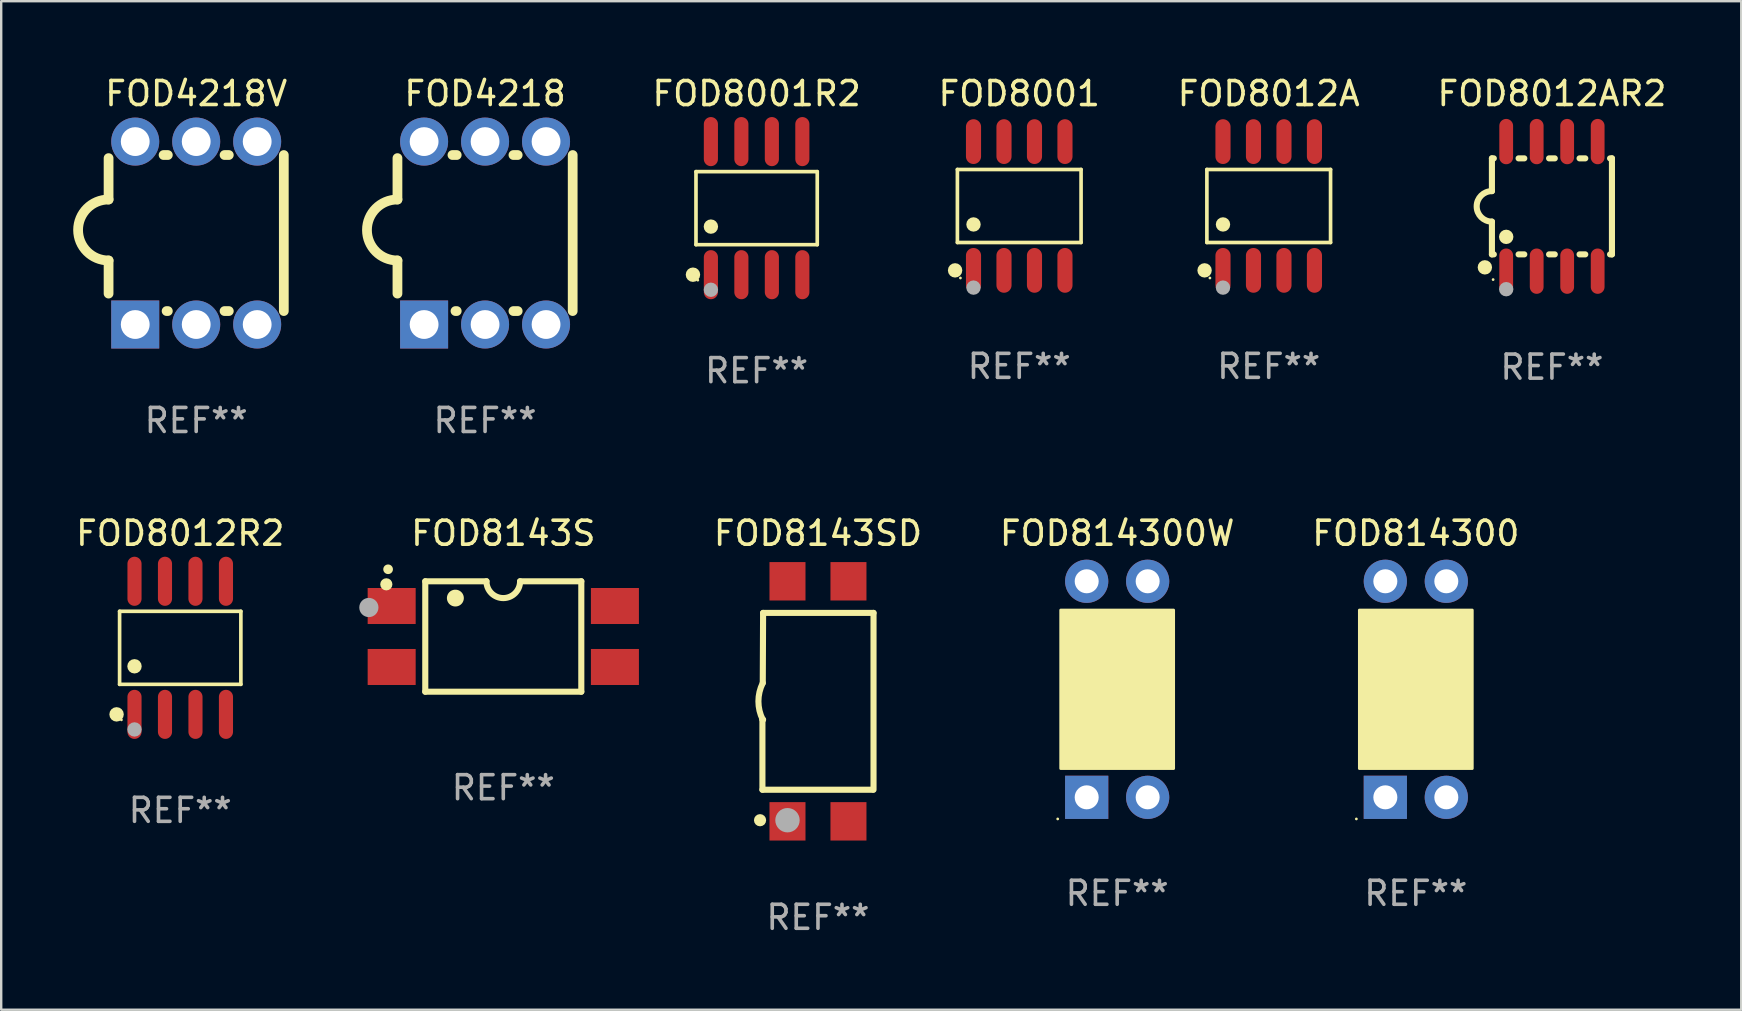
<source format=kicad_pcb>
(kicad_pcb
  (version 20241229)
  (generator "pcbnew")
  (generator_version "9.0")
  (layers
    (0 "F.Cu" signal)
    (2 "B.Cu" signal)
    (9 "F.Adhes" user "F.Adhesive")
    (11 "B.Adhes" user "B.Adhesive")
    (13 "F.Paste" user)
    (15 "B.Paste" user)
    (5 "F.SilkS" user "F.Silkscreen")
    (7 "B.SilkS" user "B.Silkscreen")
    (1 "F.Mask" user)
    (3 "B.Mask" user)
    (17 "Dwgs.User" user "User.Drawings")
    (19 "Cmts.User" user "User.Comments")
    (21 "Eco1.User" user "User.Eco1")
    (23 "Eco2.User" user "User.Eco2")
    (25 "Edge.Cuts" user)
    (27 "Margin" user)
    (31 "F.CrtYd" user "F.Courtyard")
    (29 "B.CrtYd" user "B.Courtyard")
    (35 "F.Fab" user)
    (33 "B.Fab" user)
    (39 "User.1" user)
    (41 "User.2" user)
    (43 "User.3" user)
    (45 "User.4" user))
  (footprint "FOD8012A"
    (layer "F.Cu")
    (at 49.802 5.531)
    (property "Reference" "FOD8012A" (at 0 -4.682 0) (layer "F.SilkS") (effects (font (size 1 1) (thickness 0.15))))
    (attr through_hole)
    (fp_line (start -2.576 -1.521) (end 2.576 -1.521) (stroke (width 0.152) (type solid)) (layer "F.SilkS"))
    (fp_line (start -2.576 1.521) (end -2.576 -1.521) (stroke (width 0.152) (type solid)) (layer "F.SilkS"))
    (fp_line (start 2.576 -1.521) (end 2.576 1.521) (stroke (width 0.152) (type solid)) (layer "F.SilkS"))
    (fp_line (start 2.576 1.521) (end -2.576 1.521) (stroke (width 0.152) (type solid)) (layer "F.SilkS"))
    (fp_circle (center -2.672 2.682) (end -2.522 2.682) (stroke (width 0.3) (type solid)) (fill no) (layer "F.SilkS"))
    (fp_circle (center -2.45 3) (end -2.42 3) (stroke (width 0.06) (type solid)) (fill no) (layer "F.SilkS"))
    (fp_circle (center -1.905 0.769) (end -1.755 0.769) (stroke (width 0.3) (type solid)) (fill no) (layer "F.SilkS"))
    (fp_circle (center -1.905 3.4) (end -1.755 3.4) (stroke (width 0.3) (type solid)) (fill no) (layer "F.Fab"))
    (fp_text user "REF**" (at 0 6.682 0) (layer "F.Fab") (effects (font (size 1 1) (thickness 0.15))))
    (pad "1" smd oval (at -1.905 2.682) (size 0.63 1.865) (layers "F.Cu" "F.Mask" "F.Paste"))
    (pad "2" smd oval (at -0.635 2.682) (size 0.63 1.865) (layers "F.Cu" "F.Mask" "F.Paste"))
    (pad "3" smd oval (at 0.635 2.682) (size 0.63 1.865) (layers "F.Cu" "F.Mask" "F.Paste"))
    (pad "4" smd oval (at 1.905 2.682) (size 0.63 1.865) (layers "F.Cu" "F.Mask" "F.Paste"))
    (pad "5" smd oval (at 1.905 -2.682) (size 0.63 1.865) (layers "F.Cu" "F.Mask" "F.Paste"))
    (pad "6" smd oval (at 0.635 -2.682) (size 0.63 1.865) (layers "F.Cu" "F.Mask" "F.Paste"))
    (pad "7" smd oval (at -0.635 -2.682) (size 0.63 1.865) (layers "F.Cu" "F.Mask" "F.Paste"))
    (pad "8" smd oval (at -1.905 -2.682) (size 0.63 1.865) (layers "F.Cu" "F.Mask" "F.Paste")))
  (footprint "FOD814300"
    (layer "F.Cu")
    (at 55.93 25.665)
    (property "Reference" "FOD814300" (at 0 -6.5 0) (layer "F.SilkS") (effects (font (size 1 1) (thickness 0.15))))
    (attr through_hole)
    (fp_circle (center -2.477 5.4) (end -2.447 5.4) (stroke (width 0.06) (type solid)) (fill no) (layer "F.SilkS"))
    (fp_circle (center -1.798 2.727) (end -1.586 2.727) (stroke (width 0.254) (type solid)) (fill no) (layer "F.SilkS"))
    (fp_poly (pts (xy -2.35 -3.3) (xy 2.35 -3.3) (xy 2.35 3.3) (xy -2.35 3.3)) (stroke (width 0.12) (type solid)) (fill yes) (layer "F.SilkS"))
    (fp_text user "REF**" (at 0 8.5 0) (layer "F.Fab") (effects (font (size 1 1) (thickness 0.15))))
    (pad "1" thru_hole rect (at -1.27 4.5 90) (size 1.8 1.8) (drill 1) (layers "*.Cu" "*.Mask"))
    (pad "2" thru_hole circle (at 1.27 4.5) (size 1.8 1.8) (drill 1) (layers "*.Cu" "*.Mask"))
    (pad "3" thru_hole circle (at 1.27 -4.5) (size 1.8 1.8) (drill 1) (layers "*.Cu" "*.Mask"))
    (pad "4" thru_hole circle (at -1.27 -4.5) (size 1.8 1.8) (drill 1) (layers "*.Cu" "*.Mask")))
  (footprint "FOD8012AR2"
    (layer "F.Cu")
    (at 61.6 5.547)
    (property "Reference" "FOD8012AR2" (at 0 -4.699 0) (layer "F.SilkS") (effects (font (size 1 1) (thickness 0.15))))
    (attr through_hole)
    (fp_line (start -2.5 -2) (end -2.5 -0.635) (stroke (width 0.254) (type solid)) (layer "F.SilkS"))
    (fp_line (start -2.5 -2) (end -2.421 -2) (stroke (width 0.254) (type solid)) (layer "F.SilkS"))
    (fp_line (start -2.5 2) (end -2.5 0.635) (stroke (width 0.254) (type solid)) (layer "F.SilkS"))
    (fp_line (start -2.5 2) (end -2.421 2) (stroke (width 0.254) (type solid)) (layer "F.SilkS"))
    (fp_line (start -1.389 -2) (end -1.151 -2) (stroke (width 0.254) (type solid)) (layer "F.SilkS"))
    (fp_line (start -1.389 2) (end -1.151 2) (stroke (width 0.254) (type solid)) (layer "F.SilkS"))
    (fp_line (start -0.119 -2) (end 0.119 -2) (stroke (width 0.254) (type solid)) (layer "F.SilkS"))
    (fp_line (start -0.119 2) (end 0.119 2) (stroke (width 0.254) (type solid)) (layer "F.SilkS"))
    (fp_line (start 1.151 -2) (end 1.389 -2) (stroke (width 0.254) (type solid)) (layer "F.SilkS"))
    (fp_line (start 1.151 2) (end 1.389 2) (stroke (width 0.254) (type solid)) (layer "F.SilkS"))
    (fp_line (start 2.421 -2) (end 2.5 -2) (stroke (width 0.254) (type solid)) (layer "F.SilkS"))
    (fp_line (start 2.421 2) (end 2.5 2) (stroke (width 0.254) (type solid)) (layer "F.SilkS"))
    (fp_line (start 2.5 -2) (end 2.5 2) (stroke (width 0.254) (type solid)) (layer "F.SilkS"))
    (fp_arc (start -2.5 0.635001) (mid -3.134366 -0.000318) (end -2.499365 -0.635001) (stroke (width 0.254001) (type solid)) (layer "F.SilkS"))
    (fp_circle (center -2.794 2.54) (end -2.644 2.54) (stroke (width 0.3) (type solid)) (fill no) (layer "F.SilkS"))
    (fp_circle (center -2.45 3.05) (end -2.42 3.05) (stroke (width 0.06) (type solid)) (fill no) (layer "F.SilkS"))
    (fp_circle (center -1.905 1.27) (end -1.755 1.27) (stroke (width 0.3) (type solid)) (fill no) (layer "F.SilkS"))
    (fp_circle (center -1.905 3.45) (end -1.755 3.45) (stroke (width 0.3) (type solid)) (fill no) (layer "F.Fab"))
    (fp_text user "REF**" (at 0 6.699 0) (layer "F.Fab") (effects (font (size 1 1) (thickness 0.15))))
    (pad "1" smd oval (at -1.905 2.699) (size 0.574 1.888) (layers "F.Cu" "F.Mask" "F.Paste"))
    (pad "2" smd oval (at -0.635 2.699) (size 0.574 1.888) (layers "F.Cu" "F.Mask" "F.Paste"))
    (pad "3" smd oval (at 0.635 2.699) (size 0.574 1.888) (layers "F.Cu" "F.Mask" "F.Paste"))
    (pad "4" smd oval (at 1.905 2.699) (size 0.574 1.888) (layers "F.Cu" "F.Mask" "F.Paste"))
    (pad "5" smd oval (at 1.905 -2.699) (size 0.574 1.888) (layers "F.Cu" "F.Mask" "F.Paste"))
    (pad "6" smd oval (at 0.635 -2.699) (size 0.574 1.888) (layers "F.Cu" "F.Mask" "F.Paste"))
    (pad "7" smd oval (at -0.635 -2.699) (size 0.574 1.888) (layers "F.Cu" "F.Mask" "F.Paste"))
    (pad "8" smd oval (at -1.905 -2.699) (size 0.574 1.888) (layers "F.Cu" "F.Mask" "F.Paste")))
  (footprint "FOD8143S"
    (layer "F.Cu")
    (at 17.916 23.465)
    (property "Reference" "FOD8143S" (at 0 -4.3 0) (layer "F.SilkS") (effects (font (size 1 1) (thickness 0.15))))
    (attr through_hole)
    (fp_line (start -3.25 -2.3) (end -0.7 -2.3) (stroke (width 0.254) (type solid)) (layer "F.SilkS"))
    (fp_line (start -3.25 2.3) (end -3.25 -2.3) (stroke (width 0.254) (type solid)) (layer "F.SilkS"))
    (fp_line (start 3.25 -2.3) (end 0.7 -2.3) (stroke (width 0.254) (type solid)) (layer "F.SilkS"))
    (fp_line (start 3.25 -2.3) (end 3.25 2.3) (stroke (width 0.254) (type solid)) (layer "F.SilkS"))
    (fp_line (start 3.25 2.3) (end -3.25 2.3) (stroke (width 0.254) (type solid)) (layer "F.SilkS"))
    (fp_arc (start -4.800038 -2.800013) (mid -4.798768 -2.800017) (end -4.797498 -2.800013) (stroke (width 0.4) (type solid)) (layer "F.SilkS"))
    (fp_arc (start -1.998997 -1.600216) (mid -1.996469 -1.600225) (end -1.993942 -1.600216) (stroke (width 0.700003) (type solid)) (layer "F.SilkS"))
    (fp_arc (start 0.699987 -2.300013) (mid -0.00099 -1.60042) (end -0.701054 -2.300927) (stroke (width 0.254001) (type solid)) (layer "F.SilkS"))
    (fp_circle (center -4.873 -2.173) (end -4.746 -2.173) (stroke (width 0.254) (type solid)) (fill no) (layer "F.SilkS"))
    (fp_circle (center -5.6 -1.208) (end -5.4 -1.208) (stroke (width 0.4) (type solid)) (fill no) (layer "F.Fab"))
    (fp_text user "REF**" (at 0 6.3 0) (layer "F.Fab") (effects (font (size 1 1) (thickness 0.15))))
    (pad "1" smd rect (at -4.65 -1.27 90) (size 1.5 2) (layers "F.Cu" "F.Mask" "F.Paste"))
    (pad "2" smd rect (at -4.65 1.27 90) (size 1.5 2) (layers "F.Cu" "F.Mask" "F.Paste"))
    (pad "3" smd rect (at 4.65 1.27 90) (size 1.5 2) (layers "F.Cu" "F.Mask" "F.Paste"))
    (pad "4" smd rect (at 4.65 -1.27 90) (size 1.5 2) (layers "F.Cu" "F.Mask" "F.Paste")))
  (footprint "FOD4218"
    (layer "F.Cu")
    (at 17.157 6.658)
    (property "Reference" "FOD4218" (at 0 -5.81 0) (layer "F.SilkS") (effects (font (size 1 1) (thickness 0.15))))
    (attr through_hole)
    (fp_line (start -3.65 1.143) (end -3.65 2.523) (stroke (width 0.406) (type solid)) (layer "F.SilkS"))
    (fp_line (start -3.65 -1.397) (end -3.65 -3.122) (stroke (width 0.406) (type solid)) (layer "F.SilkS"))
    (fp_line (start -1.359 -3.25) (end -1.181 -3.25) (stroke (width 0.406) (type solid)) (layer "F.SilkS"))
    (fp_line (start -1.233 3.25) (end -1.181 3.25) (stroke (width 0.406) (type solid)) (layer "F.SilkS"))
    (fp_line (start 1.181 -3.25) (end 1.359 -3.25) (stroke (width 0.406) (type solid)) (layer "F.SilkS"))
    (fp_line (start 1.181 3.25) (end 1.359 3.25) (stroke (width 0.406) (type solid)) (layer "F.SilkS"))
    (fp_line (start 3.65 -3.25) (end 3.65 3.25) (stroke (width 0.406) (type solid)) (layer "F.SilkS"))
    (fp_arc (start -3.650013 1.143002) (mid -4.919989 -0.127014) (end -3.649986 -1.397002) (stroke (width 0.4064) (type solid)) (layer "F.SilkS"))
    (fp_text user "REF**" (at 0 7.81 0) (layer "F.Fab") (effects (font (size 1 1) (thickness 0.15))))
    (pad "1" thru_hole rect (at -2.54 3.81 90) (size 2 2) (drill 1.2) (layers "*.Cu" "*.Mask"))
    (pad "2" thru_hole circle (at 0 3.81) (size 2 2) (drill 1.2) (layers "*.Cu" "*.Mask"))
    (pad "3" thru_hole circle (at 2.54 3.81) (size 2 2) (drill 1.2) (layers "*.Cu" "*.Mask"))
    (pad "4" thru_hole circle (at 2.54 -3.81) (size 2 2) (drill 1.2) (layers "*.Cu" "*.Mask"))
    (pad "5" thru_hole circle (at 0 -3.81) (size 2 2) (drill 1.2) (layers "*.Cu" "*.Mask"))
    (pad "6" thru_hole circle (at -2.54 -3.81) (size 2 2) (drill 1.2) (layers "*.Cu" "*.Mask")))
  (footprint "FOD8001"
    (layer "F.Cu")
    (at 39.409 5.531)
    (property "Reference" "FOD8001" (at 0 -4.682 0) (layer "F.SilkS") (effects (font (size 1 1) (thickness 0.15))))
    (attr through_hole)
    (fp_line (start -2.576 -1.521) (end 2.576 -1.521) (stroke (width 0.152) (type solid)) (layer "F.SilkS"))
    (fp_line (start -2.576 1.521) (end -2.576 -1.521) (stroke (width 0.152) (type solid)) (layer "F.SilkS"))
    (fp_line (start 2.576 -1.521) (end 2.576 1.521) (stroke (width 0.152) (type solid)) (layer "F.SilkS"))
    (fp_line (start 2.576 1.521) (end -2.576 1.521) (stroke (width 0.152) (type solid)) (layer "F.SilkS"))
    (fp_circle (center -2.672 2.682) (end -2.522 2.682) (stroke (width 0.3) (type solid)) (fill no) (layer "F.SilkS"))
    (fp_circle (center -2.45 3) (end -2.42 3) (stroke (width 0.06) (type solid)) (fill no) (layer "F.SilkS"))
    (fp_circle (center -1.905 0.769) (end -1.755 0.769) (stroke (width 0.3) (type solid)) (fill no) (layer "F.SilkS"))
    (fp_circle (center -1.905 3.4) (end -1.755 3.4) (stroke (width 0.3) (type solid)) (fill no) (layer "F.Fab"))
    (fp_text user "REF**" (at 0 6.682 0) (layer "F.Fab") (effects (font (size 1 1) (thickness 0.15))))
    (pad "1" smd oval (at -1.905 2.682) (size 0.63 1.865) (layers "F.Cu" "F.Mask" "F.Paste"))
    (pad "2" smd oval (at -0.635 2.682) (size 0.63 1.865) (layers "F.Cu" "F.Mask" "F.Paste"))
    (pad "3" smd oval (at 0.635 2.682) (size 0.63 1.865) (layers "F.Cu" "F.Mask" "F.Paste"))
    (pad "4" smd oval (at 1.905 2.682) (size 0.63 1.865) (layers "F.Cu" "F.Mask" "F.Paste"))
    (pad "5" smd oval (at 1.905 -2.682) (size 0.63 1.865) (layers "F.Cu" "F.Mask" "F.Paste"))
    (pad "6" smd oval (at 0.635 -2.682) (size 0.63 1.865) (layers "F.Cu" "F.Mask" "F.Paste"))
    (pad "7" smd oval (at -0.635 -2.682) (size 0.63 1.865) (layers "F.Cu" "F.Mask" "F.Paste"))
    (pad "8" smd oval (at -1.905 -2.682) (size 0.63 1.865) (layers "F.Cu" "F.Mask" "F.Paste")))
  (footprint "FOD4218V"
    (layer "F.Cu")
    (at 5.123 6.658)
    (property "Reference" "FOD4218V" (at 0 -5.81 0) (layer "F.SilkS") (effects (font (size 1 1) (thickness 0.15))))
    (attr through_hole)
    (fp_line (start -3.65 1.143) (end -3.65 2.523) (stroke (width 0.406) (type solid)) (layer "F.SilkS"))
    (fp_line (start -3.65 -1.397) (end -3.65 -3.122) (stroke (width 0.406) (type solid)) (layer "F.SilkS"))
    (fp_line (start -1.359 -3.25) (end -1.181 -3.25) (stroke (width 0.406) (type solid)) (layer "F.SilkS"))
    (fp_line (start -1.233 3.25) (end -1.181 3.25) (stroke (width 0.406) (type solid)) (layer "F.SilkS"))
    (fp_line (start 1.181 -3.25) (end 1.359 -3.25) (stroke (width 0.406) (type solid)) (layer "F.SilkS"))
    (fp_line (start 1.181 3.25) (end 1.359 3.25) (stroke (width 0.406) (type solid)) (layer "F.SilkS"))
    (fp_line (start 3.65 -3.25) (end 3.65 3.25) (stroke (width 0.406) (type solid)) (layer "F.SilkS"))
    (fp_arc (start -3.650013 1.143002) (mid -4.919989 -0.127014) (end -3.649986 -1.397002) (stroke (width 0.4064) (type solid)) (layer "F.SilkS"))
    (fp_text user "REF**" (at 0 7.81 0) (layer "F.Fab") (effects (font (size 1 1) (thickness 0.15))))
    (pad "1" thru_hole rect (at -2.54 3.81 90) (size 2 2) (drill 1.2) (layers "*.Cu" "*.Mask"))
    (pad "2" thru_hole circle (at 0 3.81) (size 2 2) (drill 1.2) (layers "*.Cu" "*.Mask"))
    (pad "3" thru_hole circle (at 2.54 3.81) (size 2 2) (drill 1.2) (layers "*.Cu" "*.Mask"))
    (pad "4" thru_hole circle (at 2.54 -3.81) (size 2 2) (drill 1.2) (layers "*.Cu" "*.Mask"))
    (pad "5" thru_hole circle (at 0 -3.81) (size 2 2) (drill 1.2) (layers "*.Cu" "*.Mask"))
    (pad "6" thru_hole circle (at -2.54 -3.81) (size 2 2) (drill 1.2) (layers "*.Cu" "*.Mask")))
  (footprint "FOD8012R2"
    (layer "F.Cu")
    (at 4.458 23.937)
    (property "Reference" "FOD8012R2" (at 0 -4.772 0) (layer "F.SilkS") (effects (font (size 1 1) (thickness 0.15))))
    (attr through_hole)
    (fp_line (start -2.526 -1.521) (end 2.526 -1.521) (stroke (width 0.152) (type solid)) (layer "F.SilkS"))
    (fp_line (start -2.526 1.521) (end -2.526 -1.521) (stroke (width 0.152) (type solid)) (layer "F.SilkS"))
    (fp_line (start 2.526 -1.521) (end 2.526 1.521) (stroke (width 0.152) (type solid)) (layer "F.SilkS"))
    (fp_line (start 2.526 1.521) (end -2.526 1.521) (stroke (width 0.152) (type solid)) (layer "F.SilkS"))
    (fp_circle (center -2.652 2.772) (end -2.501 2.772) (stroke (width 0.3) (type solid)) (fill no) (layer "F.SilkS"))
    (fp_circle (center -2.45 3) (end -2.42 3) (stroke (width 0.06) (type solid)) (fill no) (layer "F.SilkS"))
    (fp_circle (center -1.905 0.769) (end -1.755 0.769) (stroke (width 0.3) (type solid)) (fill no) (layer "F.SilkS"))
    (fp_circle (center -1.905 3.4) (end -1.755 3.4) (stroke (width 0.3) (type solid)) (fill no) (layer "F.Fab"))
    (fp_text user "REF**" (at 0 6.772 0) (layer "F.Fab") (effects (font (size 1 1) (thickness 0.15))))
    (pad "1" smd oval (at -1.905 2.772) (size 0.588 2.045) (layers "F.Cu" "F.Mask" "F.Paste"))
    (pad "2" smd oval (at -0.635 2.772) (size 0.588 2.045) (layers "F.Cu" "F.Mask" "F.Paste"))
    (pad "3" smd oval (at 0.635 2.772) (size 0.588 2.045) (layers "F.Cu" "F.Mask" "F.Paste"))
    (pad "4" smd oval (at 1.905 2.772) (size 0.588 2.045) (layers "F.Cu" "F.Mask" "F.Paste"))
    (pad "5" smd oval (at 1.905 -2.772) (size 0.588 2.045) (layers "F.Cu" "F.Mask" "F.Paste"))
    (pad "6" smd oval (at 0.635 -2.772) (size 0.588 2.045) (layers "F.Cu" "F.Mask" "F.Paste"))
    (pad "7" smd oval (at -0.635 -2.772) (size 0.588 2.045) (layers "F.Cu" "F.Mask" "F.Paste"))
    (pad "8" smd oval (at -1.905 -2.772) (size 0.588 2.045) (layers "F.Cu" "F.Mask" "F.Paste")))
  (footprint "FOD8001R2"
    (layer "F.Cu")
    (at 28.469 5.621)
    (property "Reference" "FOD8001R2" (at 0 -4.772 0) (layer "F.SilkS") (effects (font (size 1 1) (thickness 0.15))))
    (attr through_hole)
    (fp_line (start -2.526 -1.521) (end 2.526 -1.521) (stroke (width 0.152) (type solid)) (layer "F.SilkS"))
    (fp_line (start -2.526 1.521) (end -2.526 -1.521) (stroke (width 0.152) (type solid)) (layer "F.SilkS"))
    (fp_line (start 2.526 -1.521) (end 2.526 1.521) (stroke (width 0.152) (type solid)) (layer "F.SilkS"))
    (fp_line (start 2.526 1.521) (end -2.526 1.521) (stroke (width 0.152) (type solid)) (layer "F.SilkS"))
    (fp_circle (center -2.652 2.772) (end -2.501 2.772) (stroke (width 0.3) (type solid)) (fill no) (layer "F.SilkS"))
    (fp_circle (center -2.45 3) (end -2.42 3) (stroke (width 0.06) (type solid)) (fill no) (layer "F.SilkS"))
    (fp_circle (center -1.905 0.769) (end -1.755 0.769) (stroke (width 0.3) (type solid)) (fill no) (layer "F.SilkS"))
    (fp_circle (center -1.905 3.4) (end -1.755 3.4) (stroke (width 0.3) (type solid)) (fill no) (layer "F.Fab"))
    (fp_text user "REF**" (at 0 6.772 0) (layer "F.Fab") (effects (font (size 1 1) (thickness 0.15))))
    (pad "1" smd oval (at -1.905 2.772) (size 0.588 2.045) (layers "F.Cu" "F.Mask" "F.Paste"))
    (pad "2" smd oval (at -0.635 2.772) (size 0.588 2.045) (layers "F.Cu" "F.Mask" "F.Paste"))
    (pad "3" smd oval (at 0.635 2.772) (size 0.588 2.045) (layers "F.Cu" "F.Mask" "F.Paste"))
    (pad "4" smd oval (at 1.905 2.772) (size 0.588 2.045) (layers "F.Cu" "F.Mask" "F.Paste"))
    (pad "5" smd oval (at 1.905 -2.772) (size 0.588 2.045) (layers "F.Cu" "F.Mask" "F.Paste"))
    (pad "6" smd oval (at 0.635 -2.772) (size 0.588 2.045) (layers "F.Cu" "F.Mask" "F.Paste"))
    (pad "7" smd oval (at -0.635 -2.772) (size 0.588 2.045) (layers "F.Cu" "F.Mask" "F.Paste"))
    (pad "8" smd oval (at -1.905 -2.772) (size 0.588 2.045) (layers "F.Cu" "F.Mask" "F.Paste")))
  (footprint "FOD814300W"
    (layer "F.Cu")
    (at 43.489 25.665)
    (property "Reference" "FOD814300W" (at 0 -6.5 0) (layer "F.SilkS") (effects (font (size 1 1) (thickness 0.15))))
    (attr through_hole)
    (fp_circle (center -2.477 5.4) (end -2.447 5.4) (stroke (width 0.06) (type solid)) (fill no) (layer "F.SilkS"))
    (fp_circle (center -1.798 2.727) (end -1.586 2.727) (stroke (width 0.254) (type solid)) (fill no) (layer "F.SilkS"))
    (fp_poly (pts (xy -2.35 -3.3) (xy 2.35 -3.3) (xy 2.35 3.3) (xy -2.35 3.3)) (stroke (width 0.12) (type solid)) (fill yes) (layer "F.SilkS"))
    (fp_text user "REF**" (at 0 8.5 0) (layer "F.Fab") (effects (font (size 1 1) (thickness 0.15))))
    (pad "1" thru_hole rect (at -1.27 4.5 90) (size 1.8 1.8) (drill 1) (layers "*.Cu" "*.Mask"))
    (pad "2" thru_hole circle (at 1.27 4.5) (size 1.8 1.8) (drill 1) (layers "*.Cu" "*.Mask"))
    (pad "3" thru_hole circle (at 1.27 -4.5) (size 1.8 1.8) (drill 1) (layers "*.Cu" "*.Mask"))
    (pad "4" thru_hole circle (at -1.27 -4.5) (size 1.8 1.8) (drill 1) (layers "*.Cu" "*.Mask")))
  (footprint "FOD8143SD"
    (layer "F.Cu")
    (at 31.025 26.165)
    (property "Reference" "FOD8143SD" (at 0 -7 0) (layer "F.SilkS") (effects (font (size 1 1) (thickness 0.15))))
    (attr through_hole)
    (fp_line (start -2.314 0.762) (end -2.314 3.683) (stroke (width 0.254) (type solid)) (layer "F.SilkS"))
    (fp_line (start -2.286 -3.683) (end -2.3 -0.762) (stroke (width 0.254) (type solid)) (layer "F.SilkS"))
    (fp_line (start -2.286 -3.683) (end 2.314 -3.683) (stroke (width 0.254) (type solid)) (layer "F.SilkS"))
    (fp_line (start -2.286 0.762) (end -2.314 0.762) (stroke (width 0.254) (type solid)) (layer "F.SilkS"))
    (fp_line (start 2.286 3.683) (end -2.314 3.683) (stroke (width 0.254) (type solid)) (layer "F.SilkS"))
    (fp_line (start 2.314 -3.683) (end 2.314 3.683) (stroke (width 0.254) (type solid)) (layer "F.SilkS"))
    (fp_arc (start -2.301257 0.762027) (mid -2.480725 -0.000119) (end -2.300038 -0.761976) (stroke (width 0.254001) (type solid)) (layer "F.SilkS"))
    (fp_circle (center -2.413 4.953) (end -2.286 4.953) (stroke (width 0.254) (type solid)) (fill no) (layer "F.SilkS"))
    (fp_circle (center -2.286 5.08) (end -2.256 5.08) (stroke (width 0.06) (type solid)) (fill no) (layer "F.SilkS"))
    (fp_circle (center -1.27 4.953) (end -1.016 4.953) (stroke (width 0.508) (type solid)) (fill no) (layer "F.Fab"))
    (fp_text user "REF**" (at 0 9 0) (layer "F.Fab") (effects (font (size 1 1) (thickness 0.15))))
    (pad "1" smd rect (at -1.27 5 180) (size 1.5 1.6) (layers "F.Cu" "F.Mask" "F.Paste"))
    (pad "2" smd rect (at 1.27 5 180) (size 1.5 1.6) (layers "F.Cu" "F.Mask" "F.Paste"))
    (pad "3" smd rect (at 1.27 -5 180) (size 1.5 1.6) (layers "F.Cu" "F.Mask" "F.Paste"))
    (pad "4" smd rect (at -1.27 -5 180) (size 1.5 1.6) (layers "F.Cu" "F.Mask" "F.Paste")))
  (gr_rect
    (start -3 -3)
    (end 69.486 39.013)
    (stroke (width 0.1) (type default))
    (fill no)
    (layer "Edge.Cuts")))
</source>
